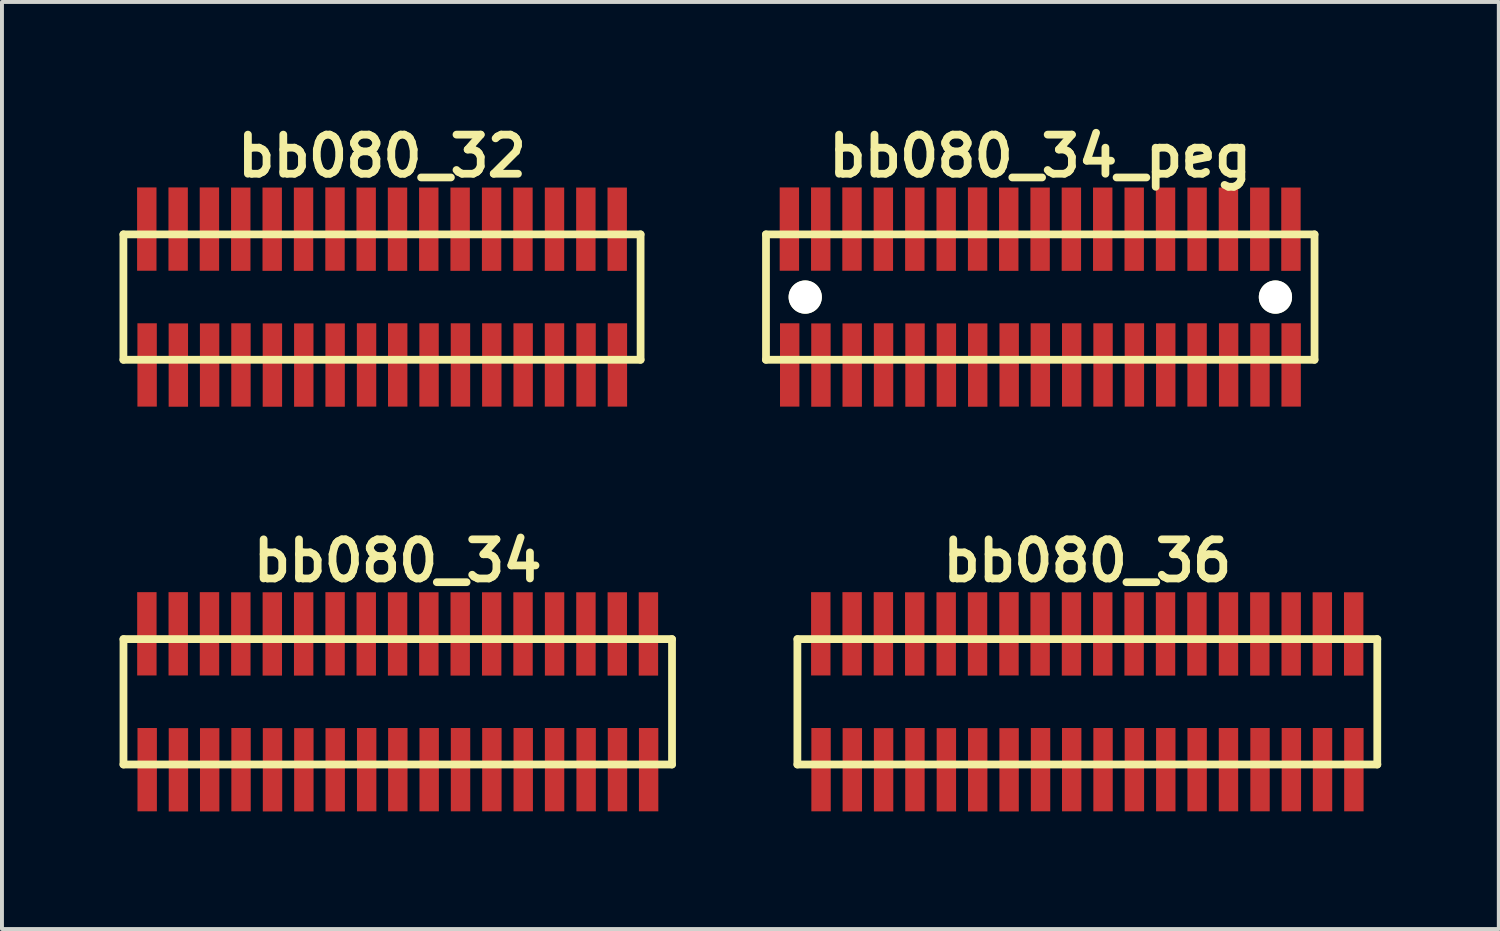
<source format=kicad_pcb>
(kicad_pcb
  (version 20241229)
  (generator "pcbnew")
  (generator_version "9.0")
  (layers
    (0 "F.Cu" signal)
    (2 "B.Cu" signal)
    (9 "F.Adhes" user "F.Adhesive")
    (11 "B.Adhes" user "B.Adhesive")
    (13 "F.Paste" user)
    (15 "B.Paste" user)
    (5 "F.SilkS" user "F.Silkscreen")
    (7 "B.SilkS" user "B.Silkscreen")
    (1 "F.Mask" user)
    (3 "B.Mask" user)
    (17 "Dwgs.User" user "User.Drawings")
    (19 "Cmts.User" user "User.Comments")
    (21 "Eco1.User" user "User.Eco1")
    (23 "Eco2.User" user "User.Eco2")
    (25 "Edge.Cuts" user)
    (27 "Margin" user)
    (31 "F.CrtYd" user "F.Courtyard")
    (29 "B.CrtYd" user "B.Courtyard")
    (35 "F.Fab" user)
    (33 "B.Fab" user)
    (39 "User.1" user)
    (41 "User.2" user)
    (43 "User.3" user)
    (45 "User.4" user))
  (footprint "bb080_34"
    (layer "F.Cu")
    (at 7.099 14.859)
    (property "Reference" "bb080_34" (at 0 -3.599 0) (layer "F.SilkS") (effects (font (size 0.998 0.998) (thickness 0.198))))
    (attr through_hole)
    (fp_line (start -7 1.6) (end 7 1.6) (stroke (width 0.198) (type solid)) (layer "F.SilkS"))
    (fp_line (start -6.998 -1.6) (end -6.998 1.6) (stroke (width 0.198) (type solid)) (layer "F.SilkS"))
    (fp_line (start 7 -1.6) (end -7 -1.6) (stroke (width 0.198) (type solid)) (layer "F.SilkS"))
    (fp_line (start 7 1.6) (end 7 -1.6) (stroke (width 0.198) (type solid)) (layer "F.SilkS"))
    (pad "1" smd rect (at -6.393 1.732) (size 0.495 2.126) (layers "F.Cu" "F.Mask" "F.Paste"))
    (pad "2" smd rect (at -6.401 -1.735) (size 0.495 2.126) (layers "F.Cu" "F.Mask" "F.Paste"))
    (pad "3" smd rect (at -5.596 1.735) (size 0.495 2.126) (layers "F.Cu" "F.Mask" "F.Paste"))
    (pad "4" smd rect (at -5.601 -1.735) (size 0.495 2.126) (layers "F.Cu" "F.Mask" "F.Paste"))
    (pad "5" smd rect (at -4.798 1.735) (size 0.495 2.126) (layers "F.Cu" "F.Mask" "F.Paste"))
    (pad "6" smd rect (at -4.803 -1.735) (size 0.495 2.126) (layers "F.Cu" "F.Mask" "F.Paste"))
    (pad "7" smd rect (at -3.998 1.732) (size 0.495 2.126) (layers "F.Cu" "F.Mask" "F.Paste"))
    (pad "8" smd rect (at -4.003 -1.732) (size 0.495 2.126) (layers "F.Cu" "F.Mask" "F.Paste"))
    (pad "9" smd rect (at -3.195 1.735) (size 0.495 2.126) (layers "F.Cu" "F.Mask" "F.Paste"))
    (pad "10" smd rect (at -3.2 -1.732) (size 0.495 2.126) (layers "F.Cu" "F.Mask" "F.Paste"))
    (pad "11" smd rect (at -2.395 1.735) (size 0.495 2.126) (layers "F.Cu" "F.Mask" "F.Paste"))
    (pad "12" smd rect (at -2.4 -1.732) (size 0.495 2.126) (layers "F.Cu" "F.Mask" "F.Paste"))
    (pad "13" smd rect (at -1.595 1.735) (size 0.495 2.126) (layers "F.Cu" "F.Mask" "F.Paste"))
    (pad "14" smd rect (at -1.598 -1.735) (size 0.495 2.126) (layers "F.Cu" "F.Mask" "F.Paste"))
    (pad "15" smd rect (at -0.792 1.732) (size 0.495 2.126) (layers "F.Cu" "F.Mask" "F.Paste"))
    (pad "16" smd rect (at -0.803 -1.732) (size 0.495 2.126) (layers "F.Cu" "F.Mask" "F.Paste"))
    (pad "17" smd rect (at 0.003 1.732) (size 0.495 2.126) (layers "F.Cu" "F.Mask" "F.Paste"))
    (pad "18" smd rect (at -0.003 -1.732) (size 0.495 2.126) (layers "F.Cu" "F.Mask" "F.Paste"))
    (pad "19" smd rect (at 0.803 1.732) (size 0.495 2.126) (layers "F.Cu" "F.Mask" "F.Paste"))
    (pad "20" smd rect (at 0.795 -1.732) (size 0.495 2.126) (layers "F.Cu" "F.Mask" "F.Paste"))
    (pad "21" smd rect (at 1.603 1.732) (size 0.495 2.126) (layers "F.Cu" "F.Mask" "F.Paste"))
    (pad "22" smd rect (at 1.595 -1.732) (size 0.495 2.126) (layers "F.Cu" "F.Mask" "F.Paste"))
    (pad "23" smd rect (at 2.403 1.732) (size 0.495 2.126) (layers "F.Cu" "F.Mask" "F.Paste"))
    (pad "24" smd rect (at 2.398 -1.732) (size 0.495 2.126) (layers "F.Cu" "F.Mask" "F.Paste"))
    (pad "25" smd rect (at 3.203 1.732) (size 0.495 2.126) (layers "F.Cu" "F.Mask" "F.Paste"))
    (pad "26" smd rect (at 3.198 -1.732) (size 0.495 2.126) (layers "F.Cu" "F.Mask" "F.Paste"))
    (pad "27" smd rect (at 4.003 1.732) (size 0.495 2.126) (layers "F.Cu" "F.Mask" "F.Paste"))
    (pad "28" smd rect (at 4.003 -1.732) (size 0.495 2.126) (layers "F.Cu" "F.Mask" "F.Paste"))
    (pad "29" smd rect (at 4.808 1.732) (size 0.495 2.126) (layers "F.Cu" "F.Mask" "F.Paste"))
    (pad "30" smd rect (at 4.803 -1.732) (size 0.495 2.126) (layers "F.Cu" "F.Mask" "F.Paste"))
    (pad "31" smd rect (at 5.608 1.732) (size 0.495 2.126) (layers "F.Cu" "F.Mask" "F.Paste"))
    (pad "32" smd rect (at 5.603 -1.732) (size 0.495 2.126) (layers "F.Cu" "F.Mask" "F.Paste"))
    (pad "33" smd rect (at 6.403 1.732) (size 0.495 2.126) (layers "F.Cu" "F.Mask" "F.Paste"))
    (pad "34" smd rect (at 6.398 -1.732) (size 0.495 2.126) (layers "F.Cu" "F.Mask" "F.Paste")))
  (footprint "bb080_36"
    (layer "F.Cu")
    (at 24.697 14.859)
    (property "Reference" "bb080_36" (at 0 -3.599 0) (layer "F.SilkS") (effects (font (size 0.998 0.998) (thickness 0.198))))
    (attr through_hole)
    (fp_line (start -7.399 -1.6) (end -7.399 1.6) (stroke (width 0.198) (type solid)) (layer "F.SilkS"))
    (fp_line (start -7.399 1.6) (end 7.402 1.6) (stroke (width 0.198) (type solid)) (layer "F.SilkS"))
    (fp_line (start 7.399 1.6) (end 7.399 -1.6) (stroke (width 0.198) (type solid)) (layer "F.SilkS"))
    (fp_line (start 7.402 -1.6) (end -7.399 -1.6) (stroke (width 0.198) (type solid)) (layer "F.SilkS"))
    (pad "1" smd rect (at -6.795 1.732) (size 0.495 2.126) (layers "F.Cu" "F.Mask" "F.Paste"))
    (pad "2" smd rect (at -6.802 -1.735) (size 0.495 2.126) (layers "F.Cu" "F.Mask" "F.Paste"))
    (pad "3" smd rect (at -5.997 1.735) (size 0.495 2.126) (layers "F.Cu" "F.Mask" "F.Paste"))
    (pad "4" smd rect (at -6.002 -1.735) (size 0.495 2.126) (layers "F.Cu" "F.Mask" "F.Paste"))
    (pad "5" smd rect (at -5.199 1.735) (size 0.495 2.126) (layers "F.Cu" "F.Mask" "F.Paste"))
    (pad "6" smd rect (at -5.204 -1.735) (size 0.495 2.126) (layers "F.Cu" "F.Mask" "F.Paste"))
    (pad "7" smd rect (at -4.399 1.732) (size 0.495 2.126) (layers "F.Cu" "F.Mask" "F.Paste"))
    (pad "8" smd rect (at -4.404 -1.732) (size 0.495 2.126) (layers "F.Cu" "F.Mask" "F.Paste"))
    (pad "9" smd rect (at -3.597 1.735) (size 0.495 2.126) (layers "F.Cu" "F.Mask" "F.Paste"))
    (pad "10" smd rect (at -3.602 -1.732) (size 0.495 2.126) (layers "F.Cu" "F.Mask" "F.Paste"))
    (pad "11" smd rect (at -2.797 1.735) (size 0.495 2.126) (layers "F.Cu" "F.Mask" "F.Paste"))
    (pad "12" smd rect (at -2.802 -1.732) (size 0.495 2.126) (layers "F.Cu" "F.Mask" "F.Paste"))
    (pad "13" smd rect (at -1.996 1.735) (size 0.495 2.126) (layers "F.Cu" "F.Mask" "F.Paste"))
    (pad "14" smd rect (at -1.999 -1.735) (size 0.495 2.126) (layers "F.Cu" "F.Mask" "F.Paste"))
    (pad "15" smd rect (at -1.194 1.732) (size 0.495 2.126) (layers "F.Cu" "F.Mask" "F.Paste"))
    (pad "16" smd rect (at -1.204 -1.732) (size 0.495 2.126) (layers "F.Cu" "F.Mask" "F.Paste"))
    (pad "17" smd rect (at -0.399 1.732) (size 0.495 2.126) (layers "F.Cu" "F.Mask" "F.Paste"))
    (pad "18" smd rect (at -0.404 -1.732) (size 0.495 2.126) (layers "F.Cu" "F.Mask" "F.Paste"))
    (pad "19" smd rect (at 0.401 1.732) (size 0.495 2.126) (layers "F.Cu" "F.Mask" "F.Paste"))
    (pad "20" smd rect (at 0.394 -1.732) (size 0.495 2.126) (layers "F.Cu" "F.Mask" "F.Paste"))
    (pad "21" smd rect (at 1.201 1.732) (size 0.495 2.126) (layers "F.Cu" "F.Mask" "F.Paste"))
    (pad "22" smd rect (at 1.194 -1.732) (size 0.495 2.126) (layers "F.Cu" "F.Mask" "F.Paste"))
    (pad "23" smd rect (at 2.002 1.732) (size 0.495 2.126) (layers "F.Cu" "F.Mask" "F.Paste"))
    (pad "24" smd rect (at 1.996 -1.732) (size 0.495 2.126) (layers "F.Cu" "F.Mask" "F.Paste"))
    (pad "25" smd rect (at 2.802 1.732) (size 0.495 2.126) (layers "F.Cu" "F.Mask" "F.Paste"))
    (pad "26" smd rect (at 2.797 -1.732) (size 0.495 2.126) (layers "F.Cu" "F.Mask" "F.Paste"))
    (pad "27" smd rect (at 3.602 1.732) (size 0.495 2.126) (layers "F.Cu" "F.Mask" "F.Paste"))
    (pad "28" smd rect (at 3.602 -1.732) (size 0.495 2.126) (layers "F.Cu" "F.Mask" "F.Paste"))
    (pad "29" smd rect (at 4.407 1.732) (size 0.495 2.126) (layers "F.Cu" "F.Mask" "F.Paste"))
    (pad "30" smd rect (at 4.402 -1.732) (size 0.495 2.126) (layers "F.Cu" "F.Mask" "F.Paste"))
    (pad "31" smd rect (at 5.207 1.732) (size 0.495 2.126) (layers "F.Cu" "F.Mask" "F.Paste"))
    (pad "32" smd rect (at 5.202 -1.732) (size 0.495 2.126) (layers "F.Cu" "F.Mask" "F.Paste"))
    (pad "33" smd rect (at 6.002 1.732) (size 0.495 2.126) (layers "F.Cu" "F.Mask" "F.Paste"))
    (pad "34" smd rect (at 5.997 -1.732) (size 0.495 2.126) (layers "F.Cu" "F.Mask" "F.Paste"))
    (pad "35" smd rect (at 6.802 1.732) (size 0.495 2.126) (layers "F.Cu" "F.Mask" "F.Paste"))
    (pad "36" smd rect (at 6.797 -1.732) (size 0.495 2.126) (layers "F.Cu" "F.Mask" "F.Paste")))
  (footprint "bb080_32"
    (layer "F.Cu")
    (at 6.698 4.531)
    (property "Reference" "bb080_32" (at 0 -3.599 0) (layer "F.SilkS") (effects (font (size 0.998 0.998) (thickness 0.198))))
    (attr through_hole)
    (fp_line (start -6.599 -1.6) (end -6.599 1.6) (stroke (width 0.198) (type solid)) (layer "F.SilkS"))
    (fp_line (start -6.599 1.6) (end 6.599 1.6) (stroke (width 0.198) (type solid)) (layer "F.SilkS"))
    (fp_line (start 6.599 -1.6) (end -6.599 -1.6) (stroke (width 0.198) (type solid)) (layer "F.SilkS"))
    (fp_line (start 6.599 1.6) (end 6.599 -1.6) (stroke (width 0.198) (type solid)) (layer "F.SilkS"))
    (pad "1" smd rect (at -5.994 1.732) (size 0.495 2.126) (layers "F.Cu" "F.Mask" "F.Paste"))
    (pad "2" smd rect (at -6.002 -1.735) (size 0.495 2.126) (layers "F.Cu" "F.Mask" "F.Paste"))
    (pad "3" smd rect (at -5.197 1.735) (size 0.495 2.126) (layers "F.Cu" "F.Mask" "F.Paste"))
    (pad "4" smd rect (at -5.202 -1.735) (size 0.495 2.126) (layers "F.Cu" "F.Mask" "F.Paste"))
    (pad "5" smd rect (at -4.399 1.735) (size 0.495 2.126) (layers "F.Cu" "F.Mask" "F.Paste"))
    (pad "6" smd rect (at -4.404 -1.735) (size 0.495 2.126) (layers "F.Cu" "F.Mask" "F.Paste"))
    (pad "7" smd rect (at -3.599 1.732) (size 0.495 2.126) (layers "F.Cu" "F.Mask" "F.Paste"))
    (pad "8" smd rect (at -3.604 -1.732) (size 0.495 2.126) (layers "F.Cu" "F.Mask" "F.Paste"))
    (pad "9" smd rect (at -2.797 1.735) (size 0.495 2.126) (layers "F.Cu" "F.Mask" "F.Paste"))
    (pad "10" smd rect (at -2.802 -1.732) (size 0.495 2.126) (layers "F.Cu" "F.Mask" "F.Paste"))
    (pad "11" smd rect (at -1.996 1.735) (size 0.495 2.126) (layers "F.Cu" "F.Mask" "F.Paste"))
    (pad "12" smd rect (at -2.002 -1.732) (size 0.495 2.126) (layers "F.Cu" "F.Mask" "F.Paste"))
    (pad "13" smd rect (at -1.196 1.735) (size 0.495 2.126) (layers "F.Cu" "F.Mask" "F.Paste"))
    (pad "14" smd rect (at -1.199 -1.735) (size 0.495 2.126) (layers "F.Cu" "F.Mask" "F.Paste"))
    (pad "15" smd rect (at -0.394 1.732) (size 0.495 2.126) (layers "F.Cu" "F.Mask" "F.Paste"))
    (pad "16" smd rect (at -0.404 -1.732) (size 0.495 2.126) (layers "F.Cu" "F.Mask" "F.Paste"))
    (pad "17" smd rect (at 0.401 1.732) (size 0.495 2.126) (layers "F.Cu" "F.Mask" "F.Paste"))
    (pad "18" smd rect (at 0.396 -1.732) (size 0.495 2.126) (layers "F.Cu" "F.Mask" "F.Paste"))
    (pad "19" smd rect (at 1.201 1.732) (size 0.495 2.126) (layers "F.Cu" "F.Mask" "F.Paste"))
    (pad "20" smd rect (at 1.194 -1.732) (size 0.495 2.126) (layers "F.Cu" "F.Mask" "F.Paste"))
    (pad "21" smd rect (at 2.002 1.732) (size 0.495 2.126) (layers "F.Cu" "F.Mask" "F.Paste"))
    (pad "22" smd rect (at 1.994 -1.732) (size 0.495 2.126) (layers "F.Cu" "F.Mask" "F.Paste"))
    (pad "23" smd rect (at 2.802 1.732) (size 0.495 2.126) (layers "F.Cu" "F.Mask" "F.Paste"))
    (pad "24" smd rect (at 2.797 -1.732) (size 0.495 2.126) (layers "F.Cu" "F.Mask" "F.Paste"))
    (pad "25" smd rect (at 3.602 1.732) (size 0.495 2.126) (layers "F.Cu" "F.Mask" "F.Paste"))
    (pad "26" smd rect (at 3.597 -1.732) (size 0.495 2.126) (layers "F.Cu" "F.Mask" "F.Paste"))
    (pad "27" smd rect (at 4.402 1.732) (size 0.495 2.126) (layers "F.Cu" "F.Mask" "F.Paste"))
    (pad "28" smd rect (at 4.402 -1.732) (size 0.495 2.126) (layers "F.Cu" "F.Mask" "F.Paste"))
    (pad "29" smd rect (at 5.207 1.732) (size 0.495 2.126) (layers "F.Cu" "F.Mask" "F.Paste"))
    (pad "30" smd rect (at 5.202 -1.732) (size 0.495 2.126) (layers "F.Cu" "F.Mask" "F.Paste"))
    (pad "31" smd rect (at 6.007 1.732) (size 0.495 2.126) (layers "F.Cu" "F.Mask" "F.Paste"))
    (pad "32" smd rect (at 6.002 -1.732) (size 0.495 2.126) (layers "F.Cu" "F.Mask" "F.Paste")))
  (footprint "bb080_34_peg"
    (layer "F.Cu")
    (at 23.495 4.531)
    (property "Reference" "bb080_34_peg" (at 0 -3.599 0) (layer "F.SilkS") (effects (font (size 0.998 0.998) (thickness 0.198))))
    (attr through_hole)
    (fp_line (start -7 1.6) (end 7 1.6) (stroke (width 0.198) (type solid)) (layer "F.SilkS"))
    (fp_line (start -6.998 -1.6) (end -6.998 1.6) (stroke (width 0.198) (type solid)) (layer "F.SilkS"))
    (fp_line (start 7 -1.6) (end -7 -1.6) (stroke (width 0.198) (type solid)) (layer "F.SilkS"))
    (fp_line (start 7 1.6) (end 7 -1.6) (stroke (width 0.198) (type solid)) (layer "F.SilkS"))
    (pad "" np_thru_hole circle (at -5.997 0) (size 0.848 0.848) (drill 0.848) (layers "*.Cu" "*.Mask" "F.SilkS"))
    (pad "" np_thru_hole circle (at 6.002 0) (size 0.848 0.848) (drill 0.848) (layers "*.Cu" "*.Mask" "F.SilkS"))
    (pad "1" smd rect (at -6.393 1.732) (size 0.495 2.126) (layers "F.Cu" "F.Mask" "F.Paste"))
    (pad "2" smd rect (at -6.401 -1.735) (size 0.495 2.126) (layers "F.Cu" "F.Mask" "F.Paste"))
    (pad "3" smd rect (at -5.596 1.735) (size 0.495 2.126) (layers "F.Cu" "F.Mask" "F.Paste"))
    (pad "4" smd rect (at -5.601 -1.735) (size 0.495 2.126) (layers "F.Cu" "F.Mask" "F.Paste"))
    (pad "5" smd rect (at -4.798 1.735) (size 0.495 2.126) (layers "F.Cu" "F.Mask" "F.Paste"))
    (pad "6" smd rect (at -4.803 -1.735) (size 0.495 2.126) (layers "F.Cu" "F.Mask" "F.Paste"))
    (pad "7" smd rect (at -3.998 1.732) (size 0.495 2.126) (layers "F.Cu" "F.Mask" "F.Paste"))
    (pad "8" smd rect (at -4.003 -1.732) (size 0.495 2.126) (layers "F.Cu" "F.Mask" "F.Paste"))
    (pad "9" smd rect (at -3.195 1.735) (size 0.495 2.126) (layers "F.Cu" "F.Mask" "F.Paste"))
    (pad "10" smd rect (at -3.2 -1.732) (size 0.495 2.126) (layers "F.Cu" "F.Mask" "F.Paste"))
    (pad "11" smd rect (at -2.395 1.735) (size 0.495 2.126) (layers "F.Cu" "F.Mask" "F.Paste"))
    (pad "12" smd rect (at -2.4 -1.732) (size 0.495 2.126) (layers "F.Cu" "F.Mask" "F.Paste"))
    (pad "13" smd rect (at -1.595 1.735) (size 0.495 2.126) (layers "F.Cu" "F.Mask" "F.Paste"))
    (pad "14" smd rect (at -1.598 -1.735) (size 0.495 2.126) (layers "F.Cu" "F.Mask" "F.Paste"))
    (pad "15" smd rect (at -0.792 1.732) (size 0.495 2.126) (layers "F.Cu" "F.Mask" "F.Paste"))
    (pad "16" smd rect (at -0.803 -1.732) (size 0.495 2.126) (layers "F.Cu" "F.Mask" "F.Paste"))
    (pad "17" smd rect (at 0.003 1.732) (size 0.495 2.126) (layers "F.Cu" "F.Mask" "F.Paste"))
    (pad "18" smd rect (at -0.003 -1.732) (size 0.495 2.126) (layers "F.Cu" "F.Mask" "F.Paste"))
    (pad "19" smd rect (at 0.803 1.732) (size 0.495 2.126) (layers "F.Cu" "F.Mask" "F.Paste"))
    (pad "20" smd rect (at 0.795 -1.732) (size 0.495 2.126) (layers "F.Cu" "F.Mask" "F.Paste"))
    (pad "21" smd rect (at 1.603 1.732) (size 0.495 2.126) (layers "F.Cu" "F.Mask" "F.Paste"))
    (pad "22" smd rect (at 1.595 -1.732) (size 0.495 2.126) (layers "F.Cu" "F.Mask" "F.Paste"))
    (pad "23" smd rect (at 2.403 1.732) (size 0.495 2.126) (layers "F.Cu" "F.Mask" "F.Paste"))
    (pad "24" smd rect (at 2.398 -1.732) (size 0.495 2.126) (layers "F.Cu" "F.Mask" "F.Paste"))
    (pad "25" smd rect (at 3.203 1.732) (size 0.495 2.126) (layers "F.Cu" "F.Mask" "F.Paste"))
    (pad "26" smd rect (at 3.198 -1.732) (size 0.495 2.126) (layers "F.Cu" "F.Mask" "F.Paste"))
    (pad "27" smd rect (at 4.003 1.732) (size 0.495 2.126) (layers "F.Cu" "F.Mask" "F.Paste"))
    (pad "28" smd rect (at 4.003 -1.732) (size 0.495 2.126) (layers "F.Cu" "F.Mask" "F.Paste"))
    (pad "29" smd rect (at 4.808 1.732) (size 0.495 2.126) (layers "F.Cu" "F.Mask" "F.Paste"))
    (pad "30" smd rect (at 4.803 -1.732) (size 0.495 2.126) (layers "F.Cu" "F.Mask" "F.Paste"))
    (pad "31" smd rect (at 5.608 1.732) (size 0.495 2.126) (layers "F.Cu" "F.Mask" "F.Paste"))
    (pad "32" smd rect (at 5.603 -1.732) (size 0.495 2.126) (layers "F.Cu" "F.Mask" "F.Paste"))
    (pad "33" smd rect (at 6.403 1.732) (size 0.495 2.126) (layers "F.Cu" "F.Mask" "F.Paste"))
    (pad "34" smd rect (at 6.398 -1.732) (size 0.495 2.126) (layers "F.Cu" "F.Mask" "F.Paste")))
  (gr_rect
    (start -3 -3)
    (end 35.197 20.657)
    (stroke (width 0.1) (type default))
    (fill no)
    (layer "Edge.Cuts")))
</source>
